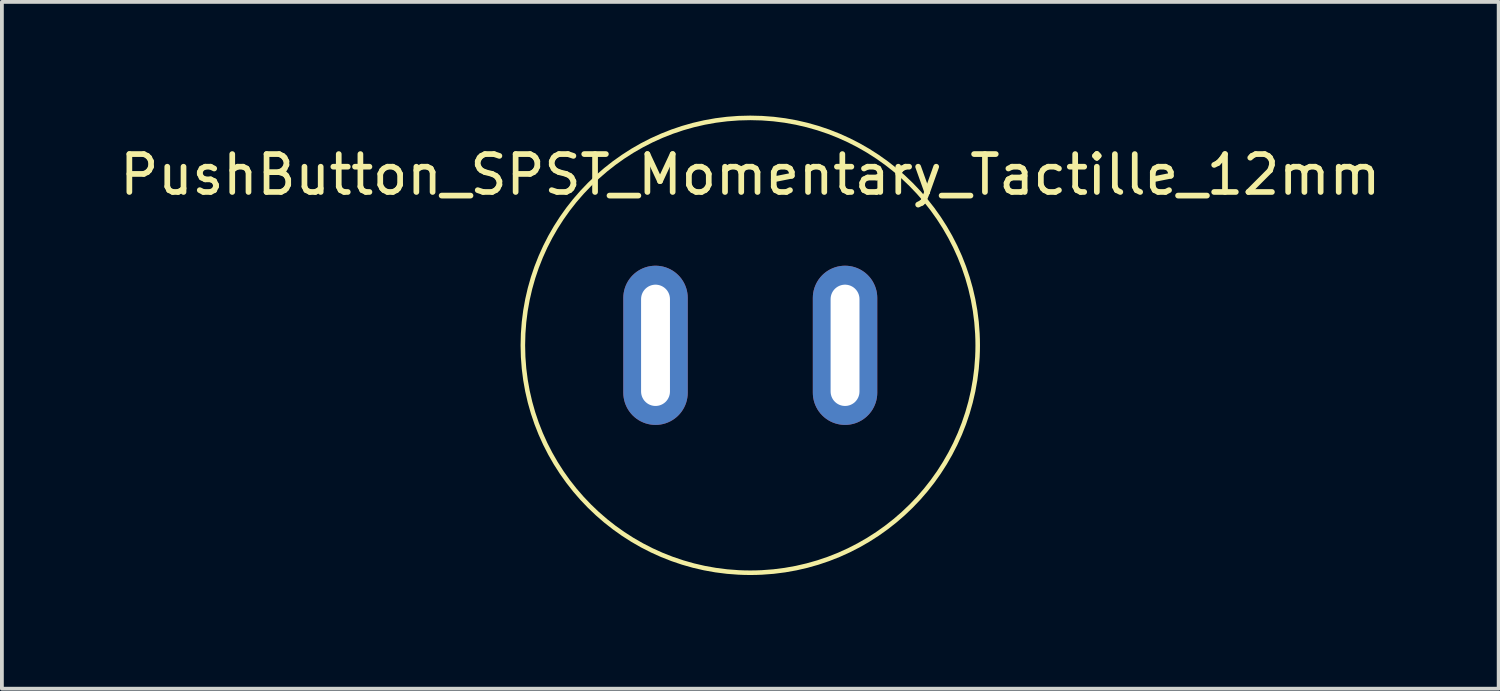
<source format=kicad_pcb>
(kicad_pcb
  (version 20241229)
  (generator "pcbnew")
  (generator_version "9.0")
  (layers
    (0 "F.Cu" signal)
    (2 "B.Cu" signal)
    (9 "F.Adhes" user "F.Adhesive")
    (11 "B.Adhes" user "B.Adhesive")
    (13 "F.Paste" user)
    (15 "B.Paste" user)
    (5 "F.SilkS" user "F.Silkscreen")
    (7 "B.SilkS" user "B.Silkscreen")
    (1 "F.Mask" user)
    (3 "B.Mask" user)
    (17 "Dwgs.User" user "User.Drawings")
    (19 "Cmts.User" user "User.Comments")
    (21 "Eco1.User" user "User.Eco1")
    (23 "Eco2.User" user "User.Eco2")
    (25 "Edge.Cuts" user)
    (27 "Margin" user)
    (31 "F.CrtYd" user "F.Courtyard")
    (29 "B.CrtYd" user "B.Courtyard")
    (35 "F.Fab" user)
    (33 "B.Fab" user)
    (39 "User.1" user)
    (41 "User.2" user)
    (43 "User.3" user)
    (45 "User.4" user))
  (footprint "PushButton_SPST_Momentary_Tactille_12mm"
    (layer "F.Cu")
    (at 16.744 1.06)
    (property "Reference" "PushButton_SPST_Momentary_Tactille_12mm" (at 0 0.5 0) (layer "F.SilkS") (effects (font (size 1 1) (thickness 0.15))))
    (attr through_hole)
    (fp_circle (center 0 5) (end 0 11) (stroke (width 0.12) (type solid)) (fill no) (layer "F.SilkS"))
    (pad "1" thru_hole oval (at -2.5 5) (size 1.7 4.2) (drill oval 0.762 3.2) (layers "*.Cu" "*.Mask"))
    (pad "1" thru_hole oval (at 2.5 5) (size 1.7 4.2) (drill oval 0.762 3.2) (layers "*.Cu" "*.Mask")))
  (gr_rect
    (start -3 -3)
    (end 36.488 15.12)
    (stroke (width 0.1) (type default))
    (fill no)
    (layer "Edge.Cuts")))
</source>
